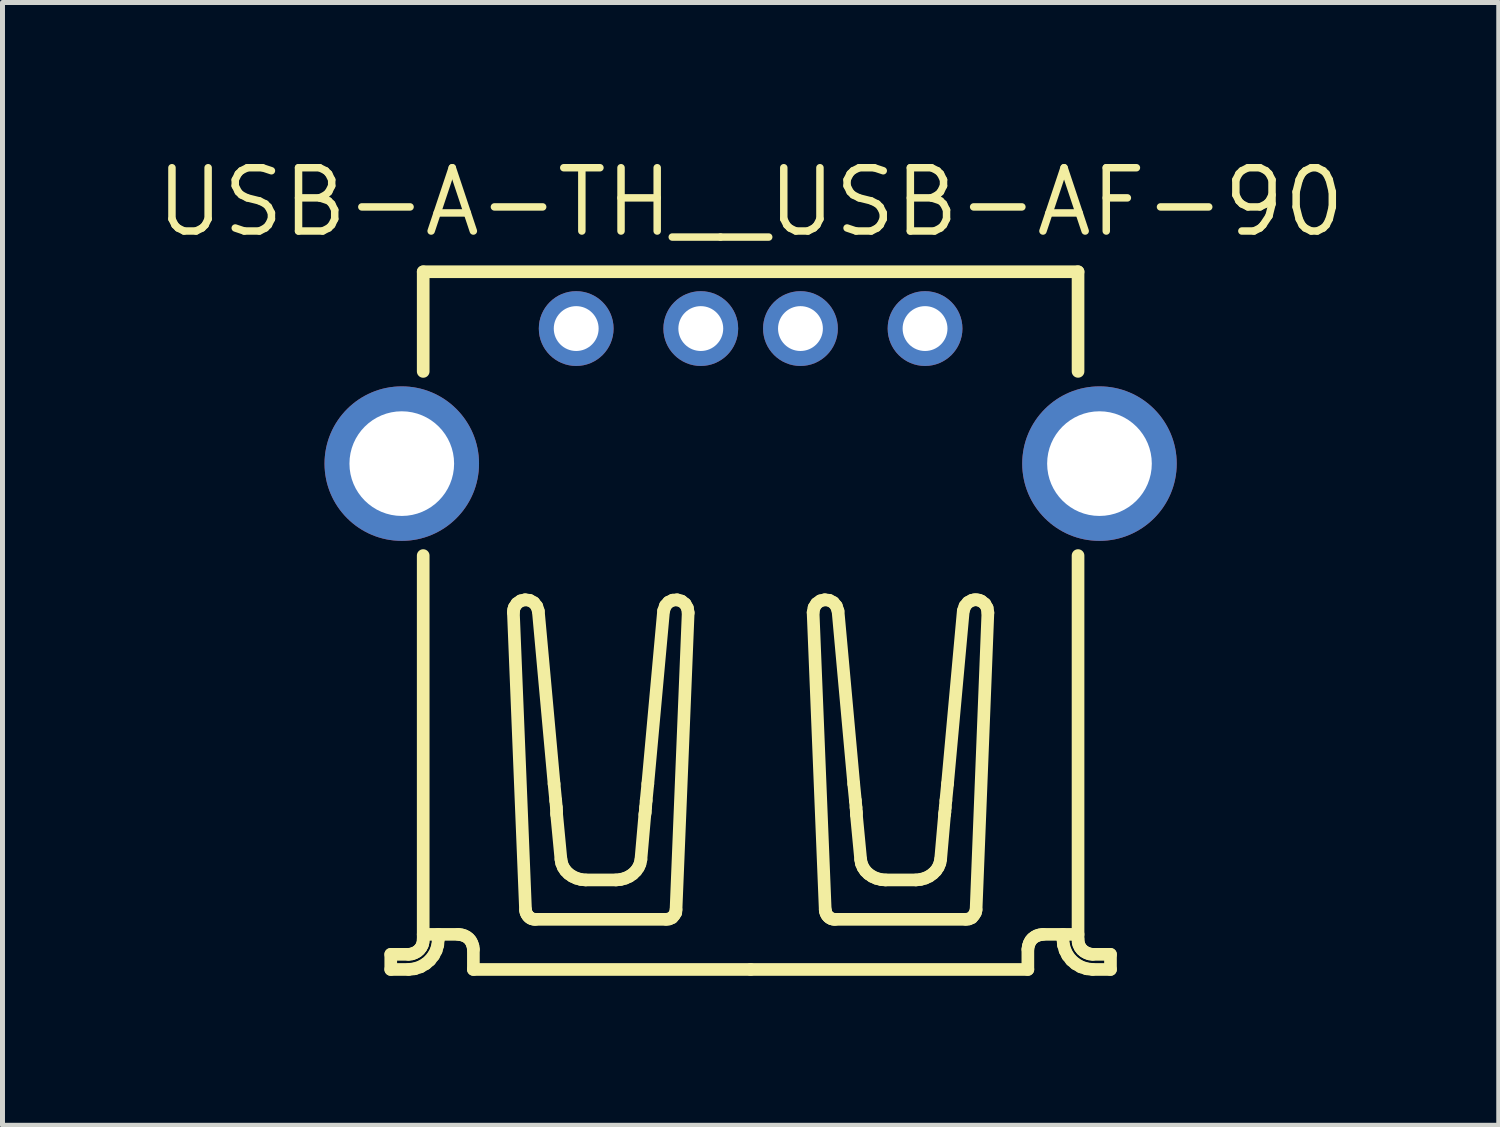
<source format=kicad_pcb>
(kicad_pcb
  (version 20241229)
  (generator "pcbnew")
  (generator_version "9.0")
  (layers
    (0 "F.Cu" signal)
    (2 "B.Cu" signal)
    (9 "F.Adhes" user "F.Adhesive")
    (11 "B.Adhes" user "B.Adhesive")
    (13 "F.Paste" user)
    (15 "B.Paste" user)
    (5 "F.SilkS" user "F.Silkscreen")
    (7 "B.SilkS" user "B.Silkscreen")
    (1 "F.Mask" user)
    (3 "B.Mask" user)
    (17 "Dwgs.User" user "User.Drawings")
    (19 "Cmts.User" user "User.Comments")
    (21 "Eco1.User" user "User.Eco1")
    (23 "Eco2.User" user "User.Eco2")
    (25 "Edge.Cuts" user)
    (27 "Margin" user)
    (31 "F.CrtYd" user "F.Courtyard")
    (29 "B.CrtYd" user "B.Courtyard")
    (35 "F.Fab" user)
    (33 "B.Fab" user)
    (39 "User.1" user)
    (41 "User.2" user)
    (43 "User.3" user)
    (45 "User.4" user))
  (footprint "USB-A-TH__USB-AF-90"
    (layer "F.Cu")
    (at 12.012 4.898)
    (property "Reference" "USB-A-TH__USB-AF-90" (at 0 -3.892 0) (layer "F.SilkS") (effects (font (size 1.27 1.27) (thickness 0.15))))
    (attr through_hole)
    (fp_line (start -7.221 11.202) (end -6.866 11.202) (stroke (width 0.254) (type solid)) (layer "F.SilkS"))
    (fp_line (start -7.221 11.505) (end -7.221 11.202) (stroke (width 0.254) (type solid)) (layer "F.SilkS"))
    (fp_line (start -6.866 11.505) (end -7.221 11.505) (stroke (width 0.254) (type solid)) (layer "F.SilkS"))
    (fp_line (start -6.799 11.193) (end -6.861 11.202) (stroke (width 0.254) (type solid)) (layer "F.SilkS"))
    (fp_line (start -6.745 11.174) (end -6.799 11.193) (stroke (width 0.254) (type solid)) (layer "F.SilkS"))
    (fp_line (start -6.741 11.491) (end -6.856 11.505) (stroke (width 0.254) (type solid)) (layer "F.SilkS"))
    (fp_line (start -6.692 11.145) (end -6.745 11.174) (stroke (width 0.254) (type solid)) (layer "F.SilkS"))
    (fp_line (start -6.65 11.109) (end -6.692 11.145) (stroke (width 0.254) (type solid)) (layer "F.SilkS"))
    (fp_line (start -6.624 11.452) (end -6.741 11.491) (stroke (width 0.254) (type solid)) (layer "F.SilkS"))
    (fp_line (start -6.613 11.062) (end -6.65 11.109) (stroke (width 0.254) (type solid)) (layer "F.SilkS"))
    (fp_line (start -6.586 11.009) (end -6.613 11.062) (stroke (width 0.254) (type solid)) (layer "F.SilkS"))
    (fp_line (start -6.573 10.954) (end -6.586 11.009) (stroke (width 0.254) (type solid)) (layer "F.SilkS"))
    (fp_line (start -6.57 -2.495) (end 6.57 -2.495) (stroke (width 0.254) (type solid)) (layer "F.SilkS"))
    (fp_line (start -6.57 -0.495) (end -6.57 -2.494) (stroke (width 0.254) (type solid)) (layer "F.SilkS"))
    (fp_line (start -6.57 10.801) (end -5.866 10.801) (stroke (width 0.254) (type solid)) (layer "F.SilkS"))
    (fp_line (start -6.57 10.9) (end -6.573 10.954) (stroke (width 0.254) (type solid)) (layer "F.SilkS"))
    (fp_line (start -6.57 10.9) (end -6.57 3.2) (stroke (width 0.254) (type solid)) (layer "F.SilkS"))
    (fp_line (start -6.52 11.391) (end -6.624 11.452) (stroke (width 0.254) (type solid)) (layer "F.SilkS"))
    (fp_line (start -6.436 11.319) (end -6.52 11.391) (stroke (width 0.254) (type solid)) (layer "F.SilkS"))
    (fp_line (start -6.362 11.225) (end -6.436 11.319) (stroke (width 0.254) (type solid)) (layer "F.SilkS"))
    (fp_line (start -6.31 11.125) (end -6.362 11.225) (stroke (width 0.254) (type solid)) (layer "F.SilkS"))
    (fp_line (start -6.278 11.016) (end -6.31 11.125) (stroke (width 0.254) (type solid)) (layer "F.SilkS"))
    (fp_line (start -6.267 10.801) (end -6.267 10.9) (stroke (width 0.254) (type solid)) (layer "F.SilkS"))
    (fp_line (start -6.267 10.9) (end -6.278 11.016) (stroke (width 0.254) (type solid)) (layer "F.SilkS"))
    (fp_line (start -5.866 10.801) (end -5.799 10.811) (stroke (width 0.254) (type solid)) (layer "F.SilkS"))
    (fp_line (start -5.799 10.811) (end -5.744 10.828) (stroke (width 0.254) (type solid)) (layer "F.SilkS"))
    (fp_line (start -5.744 10.828) (end -5.696 10.853) (stroke (width 0.254) (type solid)) (layer "F.SilkS"))
    (fp_line (start -5.696 10.853) (end -5.654 10.886) (stroke (width 0.254) (type solid)) (layer "F.SilkS"))
    (fp_line (start -5.654 10.886) (end -5.62 10.926) (stroke (width 0.254) (type solid)) (layer "F.SilkS"))
    (fp_line (start -5.62 10.926) (end -5.592 10.978) (stroke (width 0.254) (type solid)) (layer "F.SilkS"))
    (fp_line (start -5.592 10.978) (end -5.572 11.037) (stroke (width 0.254) (type solid)) (layer "F.SilkS"))
    (fp_line (start -5.572 11.037) (end -5.563 11.098) (stroke (width 0.254) (type solid)) (layer "F.SilkS"))
    (fp_line (start -5.563 11.505) (end -5.563 11.104) (stroke (width 0.254) (type solid)) (layer "F.SilkS"))
    (fp_line (start -5.563 11.505) (end 0 11.505) (stroke (width 0.254) (type solid)) (layer "F.SilkS"))
    (fp_line (start -4.76 4.347) (end -4.517 10.308) (stroke (width 0.254) (type solid)) (layer "F.SilkS"))
    (fp_line (start -4.754 4.284) (end -4.76 4.337) (stroke (width 0.254) (type solid)) (layer "F.SilkS"))
    (fp_line (start -4.74 4.237) (end -4.754 4.284) (stroke (width 0.254) (type solid)) (layer "F.SilkS"))
    (fp_line (start -4.69 4.161) (end -4.74 4.237) (stroke (width 0.254) (type solid)) (layer "F.SilkS"))
    (fp_line (start -4.614 4.108) (end -4.69 4.161) (stroke (width 0.254) (type solid)) (layer "F.SilkS"))
    (fp_line (start -4.524 4.087) (end -4.614 4.108) (stroke (width 0.254) (type solid)) (layer "F.SilkS"))
    (fp_line (start -4.517 10.308) (end -4.509 10.352) (stroke (width 0.254) (type solid)) (layer "F.SilkS"))
    (fp_line (start -4.509 10.352) (end -4.494 10.39) (stroke (width 0.254) (type solid)) (layer "F.SilkS"))
    (fp_line (start -4.494 10.39) (end -4.473 10.424) (stroke (width 0.254) (type solid)) (layer "F.SilkS"))
    (fp_line (start -4.473 10.424) (end -4.449 10.451) (stroke (width 0.254) (type solid)) (layer "F.SilkS"))
    (fp_line (start -4.449 10.451) (end -4.421 10.473) (stroke (width 0.254) (type solid)) (layer "F.SilkS"))
    (fp_line (start -4.432 4.099) (end -4.524 4.087) (stroke (width 0.254) (type solid)) (layer "F.SilkS"))
    (fp_line (start -4.421 10.473) (end -4.388 10.489) (stroke (width 0.254) (type solid)) (layer "F.SilkS"))
    (fp_line (start -4.388 10.489) (end -4.352 10.497) (stroke (width 0.254) (type solid)) (layer "F.SilkS"))
    (fp_line (start -4.352 10.497) (end -4.316 10.499) (stroke (width 0.254) (type solid)) (layer "F.SilkS"))
    (fp_line (start -4.349 4.145) (end -4.432 4.099) (stroke (width 0.254) (type solid)) (layer "F.SilkS"))
    (fp_line (start -4.313 10.499) (end -1.694 10.499) (stroke (width 0.254) (type solid)) (layer "F.SilkS"))
    (fp_line (start -4.291 4.218) (end -4.349 4.145) (stroke (width 0.254) (type solid)) (layer "F.SilkS"))
    (fp_line (start -4.26 4.314) (end -4.291 4.218) (stroke (width 0.254) (type solid)) (layer "F.SilkS"))
    (fp_line (start -3.944 7.781) (end -4.26 4.314) (stroke (width 0.254) (type solid)) (layer "F.SilkS"))
    (fp_line (start -3.944 7.781) (end -3.911 8.117) (stroke (width 0.254) (type solid)) (layer "F.SilkS"))
    (fp_line (start -3.911 8.117) (end -3.898 8.255) (stroke (width 0.254) (type solid)) (layer "F.SilkS"))
    (fp_line (start -3.892 8.347) (end -3.898 8.255) (stroke (width 0.254) (type solid)) (layer "F.SilkS"))
    (fp_line (start -3.892 8.393) (end -3.892 8.347) (stroke (width 0.254) (type solid)) (layer "F.SilkS"))
    (fp_line (start -3.806 9.295) (end -3.892 8.393) (stroke (width 0.254) (type solid)) (layer "F.SilkS"))
    (fp_line (start -3.806 9.295) (end -3.791 9.375) (stroke (width 0.254) (type solid)) (layer "F.SilkS"))
    (fp_line (start -3.791 9.375) (end -3.759 9.454) (stroke (width 0.254) (type solid)) (layer "F.SilkS"))
    (fp_line (start -3.759 9.454) (end -3.713 9.523) (stroke (width 0.254) (type solid)) (layer "F.SilkS"))
    (fp_line (start -3.713 9.523) (end -3.654 9.583) (stroke (width 0.254) (type solid)) (layer "F.SilkS"))
    (fp_line (start -3.654 9.583) (end -3.58 9.635) (stroke (width 0.254) (type solid)) (layer "F.SilkS"))
    (fp_line (start -3.58 9.635) (end -3.496 9.674) (stroke (width 0.254) (type solid)) (layer "F.SilkS"))
    (fp_line (start -3.496 9.674) (end -3.407 9.699) (stroke (width 0.254) (type solid)) (layer "F.SilkS"))
    (fp_line (start -3.407 9.699) (end -3.313 9.709) (stroke (width 0.254) (type solid)) (layer "F.SilkS"))
    (fp_line (start -2.701 9.709) (end -3.306 9.709) (stroke (width 0.254) (type solid)) (layer "F.SilkS"))
    (fp_line (start -2.701 9.709) (end -2.607 9.699) (stroke (width 0.254) (type solid)) (layer "F.SilkS"))
    (fp_line (start -2.607 9.699) (end -2.518 9.675) (stroke (width 0.254) (type solid)) (layer "F.SilkS"))
    (fp_line (start -2.518 9.675) (end -2.434 9.637) (stroke (width 0.254) (type solid)) (layer "F.SilkS"))
    (fp_line (start -2.434 9.637) (end -2.365 9.59) (stroke (width 0.254) (type solid)) (layer "F.SilkS"))
    (fp_line (start -2.365 9.59) (end -2.301 9.527) (stroke (width 0.254) (type solid)) (layer "F.SilkS"))
    (fp_line (start -2.301 9.527) (end -2.253 9.459) (stroke (width 0.254) (type solid)) (layer "F.SilkS"))
    (fp_line (start -2.253 9.459) (end -2.221 9.388) (stroke (width 0.254) (type solid)) (layer "F.SilkS"))
    (fp_line (start -2.221 9.388) (end -2.201 9.302) (stroke (width 0.254) (type solid)) (layer "F.SilkS"))
    (fp_line (start -2.122 8.393) (end -2.201 9.295) (stroke (width 0.254) (type solid)) (layer "F.SilkS"))
    (fp_line (start -2.122 8.393) (end -2.115 8.347) (stroke (width 0.254) (type solid)) (layer "F.SilkS"))
    (fp_line (start -2.115 8.347) (end -2.108 8.255) (stroke (width 0.254) (type solid)) (layer "F.SilkS"))
    (fp_line (start -2.096 8.117) (end -2.108 8.255) (stroke (width 0.254) (type solid)) (layer "F.SilkS"))
    (fp_line (start -2.063 7.781) (end -2.096 8.117) (stroke (width 0.254) (type solid)) (layer "F.SilkS"))
    (fp_line (start -2.063 7.781) (end -1.747 4.314) (stroke (width 0.254) (type solid)) (layer "F.SilkS"))
    (fp_line (start -1.709 4.205) (end -1.745 4.304) (stroke (width 0.254) (type solid)) (layer "F.SilkS"))
    (fp_line (start -1.694 10.499) (end -1.635 10.492) (stroke (width 0.254) (type solid)) (layer "F.SilkS"))
    (fp_line (start -1.648 4.136) (end -1.709 4.205) (stroke (width 0.254) (type solid)) (layer "F.SilkS"))
    (fp_line (start -1.635 10.492) (end -1.576 10.466) (stroke (width 0.254) (type solid)) (layer "F.SilkS"))
    (fp_line (start -1.576 10.466) (end -1.536 10.419) (stroke (width 0.254) (type solid)) (layer "F.SilkS"))
    (fp_line (start -1.565 4.095) (end -1.648 4.136) (stroke (width 0.254) (type solid)) (layer "F.SilkS"))
    (fp_line (start -1.536 10.419) (end -1.503 10.367) (stroke (width 0.254) (type solid)) (layer "F.SilkS"))
    (fp_line (start -1.503 10.367) (end -1.497 10.308) (stroke (width 0.254) (type solid)) (layer "F.SilkS"))
    (fp_line (start -1.497 10.308) (end -1.253 4.347) (stroke (width 0.254) (type solid)) (layer "F.SilkS"))
    (fp_line (start -1.475 4.088) (end -1.565 4.095) (stroke (width 0.254) (type solid)) (layer "F.SilkS"))
    (fp_line (start -1.387 4.113) (end -1.475 4.088) (stroke (width 0.254) (type solid)) (layer "F.SilkS"))
    (fp_line (start -1.314 4.17) (end -1.387 4.113) (stroke (width 0.254) (type solid)) (layer "F.SilkS"))
    (fp_line (start -1.269 4.251) (end -1.314 4.17) (stroke (width 0.254) (type solid)) (layer "F.SilkS"))
    (fp_line (start -1.253 4.347) (end -1.269 4.251) (stroke (width 0.254) (type solid)) (layer "F.SilkS"))
    (fp_line (start 1.274 4.241) (end 1.254 4.337) (stroke (width 0.254) (type solid)) (layer "F.SilkS"))
    (fp_line (start 1.323 4.163) (end 1.274 4.241) (stroke (width 0.254) (type solid)) (layer "F.SilkS"))
    (fp_line (start 1.399 4.108) (end 1.323 4.163) (stroke (width 0.254) (type solid)) (layer "F.SilkS"))
    (fp_line (start 1.488 4.087) (end 1.399 4.108) (stroke (width 0.254) (type solid)) (layer "F.SilkS"))
    (fp_line (start 1.497 10.308) (end 1.254 4.347) (stroke (width 0.254) (type solid)) (layer "F.SilkS"))
    (fp_line (start 1.497 10.308) (end 1.504 10.349) (stroke (width 0.254) (type solid)) (layer "F.SilkS"))
    (fp_line (start 1.504 10.349) (end 1.518 10.387) (stroke (width 0.254) (type solid)) (layer "F.SilkS"))
    (fp_line (start 1.518 10.387) (end 1.538 10.422) (stroke (width 0.254) (type solid)) (layer "F.SilkS"))
    (fp_line (start 1.538 10.422) (end 1.564 10.451) (stroke (width 0.254) (type solid)) (layer "F.SilkS"))
    (fp_line (start 1.564 10.451) (end 1.593 10.473) (stroke (width 0.254) (type solid)) (layer "F.SilkS"))
    (fp_line (start 1.579 4.098) (end 1.488 4.087) (stroke (width 0.254) (type solid)) (layer "F.SilkS"))
    (fp_line (start 1.593 10.473) (end 1.625 10.489) (stroke (width 0.254) (type solid)) (layer "F.SilkS"))
    (fp_line (start 1.625 10.489) (end 1.661 10.497) (stroke (width 0.254) (type solid)) (layer "F.SilkS"))
    (fp_line (start 1.661 4.142) (end 1.579 4.098) (stroke (width 0.254) (type solid)) (layer "F.SilkS"))
    (fp_line (start 1.661 10.497) (end 1.697 10.499) (stroke (width 0.254) (type solid)) (layer "F.SilkS"))
    (fp_line (start 1.72 4.213) (end 1.661 4.142) (stroke (width 0.254) (type solid)) (layer "F.SilkS"))
    (fp_line (start 1.754 4.314) (end 1.72 4.213) (stroke (width 0.254) (type solid)) (layer "F.SilkS"))
    (fp_line (start 2.069 7.781) (end 1.754 4.314) (stroke (width 0.254) (type solid)) (layer "F.SilkS"))
    (fp_line (start 2.069 7.781) (end 2.102 8.117) (stroke (width 0.254) (type solid)) (layer "F.SilkS"))
    (fp_line (start 2.102 8.117) (end 2.115 8.255) (stroke (width 0.254) (type solid)) (layer "F.SilkS"))
    (fp_line (start 2.122 8.347) (end 2.115 8.255) (stroke (width 0.254) (type solid)) (layer "F.SilkS"))
    (fp_line (start 2.122 8.393) (end 2.122 8.347) (stroke (width 0.254) (type solid)) (layer "F.SilkS"))
    (fp_line (start 2.122 8.393) (end 2.208 9.295) (stroke (width 0.254) (type solid)) (layer "F.SilkS"))
    (fp_line (start 2.224 9.382) (end 2.208 9.302) (stroke (width 0.254) (type solid)) (layer "F.SilkS"))
    (fp_line (start 2.258 9.46) (end 2.224 9.382) (stroke (width 0.254) (type solid)) (layer "F.SilkS"))
    (fp_line (start 2.305 9.529) (end 2.258 9.46) (stroke (width 0.254) (type solid)) (layer "F.SilkS"))
    (fp_line (start 2.365 9.588) (end 2.305 9.529) (stroke (width 0.254) (type solid)) (layer "F.SilkS"))
    (fp_line (start 2.44 9.639) (end 2.365 9.588) (stroke (width 0.254) (type solid)) (layer "F.SilkS"))
    (fp_line (start 2.524 9.677) (end 2.44 9.639) (stroke (width 0.254) (type solid)) (layer "F.SilkS"))
    (fp_line (start 2.621 9.702) (end 2.524 9.677) (stroke (width 0.254) (type solid)) (layer "F.SilkS"))
    (fp_line (start 2.707 9.709) (end 2.621 9.702) (stroke (width 0.254) (type solid)) (layer "F.SilkS"))
    (fp_line (start 2.708 9.709) (end 3.313 9.709) (stroke (width 0.254) (type solid)) (layer "F.SilkS"))
    (fp_line (start 3.413 9.698) (end 3.32 9.709) (stroke (width 0.254) (type solid)) (layer "F.SilkS"))
    (fp_line (start 3.503 9.673) (end 3.413 9.698) (stroke (width 0.254) (type solid)) (layer "F.SilkS"))
    (fp_line (start 3.586 9.634) (end 3.503 9.673) (stroke (width 0.254) (type solid)) (layer "F.SilkS"))
    (fp_line (start 3.659 9.581) (end 3.586 9.634) (stroke (width 0.254) (type solid)) (layer "F.SilkS"))
    (fp_line (start 3.718 9.522) (end 3.659 9.581) (stroke (width 0.254) (type solid)) (layer "F.SilkS"))
    (fp_line (start 3.764 9.453) (end 3.718 9.522) (stroke (width 0.254) (type solid)) (layer "F.SilkS"))
    (fp_line (start 3.797 9.374) (end 3.764 9.453) (stroke (width 0.254) (type solid)) (layer "F.SilkS"))
    (fp_line (start 3.813 9.295) (end 3.797 9.374) (stroke (width 0.254) (type solid)) (layer "F.SilkS"))
    (fp_line (start 3.892 8.393) (end 3.813 9.295) (stroke (width 0.254) (type solid)) (layer "F.SilkS"))
    (fp_line (start 3.892 8.393) (end 3.898 8.347) (stroke (width 0.254) (type solid)) (layer "F.SilkS"))
    (fp_line (start 3.898 8.347) (end 3.905 8.255) (stroke (width 0.254) (type solid)) (layer "F.SilkS"))
    (fp_line (start 3.918 8.117) (end 3.905 8.255) (stroke (width 0.254) (type solid)) (layer "F.SilkS"))
    (fp_line (start 3.951 7.781) (end 3.918 8.117) (stroke (width 0.254) (type solid)) (layer "F.SilkS"))
    (fp_line (start 3.951 7.781) (end 4.267 4.314) (stroke (width 0.254) (type solid)) (layer "F.SilkS"))
    (fp_line (start 4.302 4.212) (end 4.269 4.304) (stroke (width 0.254) (type solid)) (layer "F.SilkS"))
    (fp_line (start 4.319 10.499) (end 1.701 10.499) (stroke (width 0.254) (type solid)) (layer "F.SilkS"))
    (fp_line (start 4.319 10.499) (end 4.379 10.492) (stroke (width 0.254) (type solid)) (layer "F.SilkS"))
    (fp_line (start 4.361 4.141) (end 4.302 4.212) (stroke (width 0.254) (type solid)) (layer "F.SilkS"))
    (fp_line (start 4.379 10.492) (end 4.438 10.466) (stroke (width 0.254) (type solid)) (layer "F.SilkS"))
    (fp_line (start 4.437 4.099) (end 4.361 4.141) (stroke (width 0.254) (type solid)) (layer "F.SilkS"))
    (fp_line (start 4.438 10.466) (end 4.477 10.419) (stroke (width 0.254) (type solid)) (layer "F.SilkS"))
    (fp_line (start 4.477 10.419) (end 4.51 10.367) (stroke (width 0.254) (type solid)) (layer "F.SilkS"))
    (fp_line (start 4.485 4.088) (end 4.437 4.099) (stroke (width 0.254) (type solid)) (layer "F.SilkS"))
    (fp_line (start 4.51 10.367) (end 4.524 10.308) (stroke (width 0.254) (type solid)) (layer "F.SilkS"))
    (fp_line (start 4.534 4.087) (end 4.485 4.088) (stroke (width 0.254) (type solid)) (layer "F.SilkS"))
    (fp_line (start 4.583 4.095) (end 4.534 4.087) (stroke (width 0.254) (type solid)) (layer "F.SilkS"))
    (fp_line (start 4.629 4.113) (end 4.583 4.095) (stroke (width 0.254) (type solid)) (layer "F.SilkS"))
    (fp_line (start 4.701 4.17) (end 4.629 4.113) (stroke (width 0.254) (type solid)) (layer "F.SilkS"))
    (fp_line (start 4.746 4.25) (end 4.701 4.17) (stroke (width 0.254) (type solid)) (layer "F.SilkS"))
    (fp_line (start 4.761 4.347) (end 4.524 10.308) (stroke (width 0.254) (type solid)) (layer "F.SilkS"))
    (fp_line (start 4.761 4.347) (end 4.746 4.25) (stroke (width 0.254) (type solid)) (layer "F.SilkS"))
    (fp_line (start 5.563 11.505) (end 0 11.505) (stroke (width 0.254) (type solid)) (layer "F.SilkS"))
    (fp_line (start 5.563 11.505) (end 5.563 11.104) (stroke (width 0.254) (type solid)) (layer "F.SilkS"))
    (fp_line (start 5.574 11.032) (end 5.563 11.098) (stroke (width 0.254) (type solid)) (layer "F.SilkS"))
    (fp_line (start 5.592 10.978) (end 5.574 11.032) (stroke (width 0.254) (type solid)) (layer "F.SilkS"))
    (fp_line (start 5.62 10.926) (end 5.592 10.978) (stroke (width 0.254) (type solid)) (layer "F.SilkS"))
    (fp_line (start 5.654 10.886) (end 5.62 10.926) (stroke (width 0.254) (type solid)) (layer "F.SilkS"))
    (fp_line (start 5.7 10.851) (end 5.654 10.886) (stroke (width 0.254) (type solid)) (layer "F.SilkS"))
    (fp_line (start 5.744 10.828) (end 5.7 10.851) (stroke (width 0.254) (type solid)) (layer "F.SilkS"))
    (fp_line (start 5.799 10.811) (end 5.744 10.828) (stroke (width 0.254) (type solid)) (layer "F.SilkS"))
    (fp_line (start 5.866 10.801) (end 5.799 10.811) (stroke (width 0.254) (type solid)) (layer "F.SilkS"))
    (fp_line (start 6.267 10.801) (end 6.267 10.9) (stroke (width 0.254) (type solid)) (layer "F.SilkS"))
    (fp_line (start 6.267 10.9) (end 6.278 11.016) (stroke (width 0.254) (type solid)) (layer "F.SilkS"))
    (fp_line (start 6.278 11.016) (end 6.311 11.125) (stroke (width 0.254) (type solid)) (layer "F.SilkS"))
    (fp_line (start 6.311 11.125) (end 6.362 11.225) (stroke (width 0.254) (type solid)) (layer "F.SilkS"))
    (fp_line (start 6.362 11.225) (end 6.436 11.319) (stroke (width 0.254) (type solid)) (layer "F.SilkS"))
    (fp_line (start 6.436 11.319) (end 6.52 11.391) (stroke (width 0.254) (type solid)) (layer "F.SilkS"))
    (fp_line (start 6.52 11.391) (end 6.624 11.452) (stroke (width 0.254) (type solid)) (layer "F.SilkS"))
    (fp_line (start 6.57 -0.496) (end 6.57 -2.495) (stroke (width 0.254) (type solid)) (layer "F.SilkS"))
    (fp_line (start 6.57 10.801) (end 5.866 10.801) (stroke (width 0.254) (type solid)) (layer "F.SilkS"))
    (fp_line (start 6.57 10.9) (end 6.57 3.2) (stroke (width 0.254) (type solid)) (layer "F.SilkS"))
    (fp_line (start 6.57 10.9) (end 6.573 10.959) (stroke (width 0.254) (type solid)) (layer "F.SilkS"))
    (fp_line (start 6.573 10.959) (end 6.587 11.009) (stroke (width 0.254) (type solid)) (layer "F.SilkS"))
    (fp_line (start 6.587 11.009) (end 6.613 11.062) (stroke (width 0.254) (type solid)) (layer "F.SilkS"))
    (fp_line (start 6.613 11.062) (end 6.65 11.109) (stroke (width 0.254) (type solid)) (layer "F.SilkS"))
    (fp_line (start 6.624 11.452) (end 6.741 11.491) (stroke (width 0.254) (type solid)) (layer "F.SilkS"))
    (fp_line (start 6.65 11.109) (end 6.693 11.145) (stroke (width 0.254) (type solid)) (layer "F.SilkS"))
    (fp_line (start 6.693 11.145) (end 6.745 11.174) (stroke (width 0.254) (type solid)) (layer "F.SilkS"))
    (fp_line (start 6.741 11.491) (end 6.856 11.505) (stroke (width 0.254) (type solid)) (layer "F.SilkS"))
    (fp_line (start 6.745 11.174) (end 6.799 11.193) (stroke (width 0.254) (type solid)) (layer "F.SilkS"))
    (fp_line (start 6.799 11.193) (end 6.861 11.202) (stroke (width 0.254) (type solid)) (layer "F.SilkS"))
    (fp_line (start 6.866 11.505) (end 7.221 11.505) (stroke (width 0.254) (type solid)) (layer "F.SilkS"))
    (fp_line (start 7.221 11.202) (end 6.866 11.202) (stroke (width 0.254) (type solid)) (layer "F.SilkS"))
    (fp_line (start 7.221 11.505) (end 7.221 11.202) (stroke (width 0.254) (type solid)) (layer "F.SilkS"))
    (fp_text user "" (at 0 0 0) (layer "Cmts.User") (effects (font (size 1 1) (thickness 0.15))))
    (pad "1" thru_hole circle (at -3.5 -1.355) (size 1.5 1.5) (drill 0.9) (layers "*.Cu" "*.Paste" "*.Mask"))
    (pad "2" thru_hole circle (at -1 -1.355 180) (size 1.5 1.5) (drill 0.9) (layers "*.Cu" "*.Paste" "*.Mask"))
    (pad "3" thru_hole circle (at 1 -1.355) (size 1.5 1.5) (drill 0.9) (layers "*.Cu" "*.Paste" "*.Mask"))
    (pad "4" thru_hole circle (at 3.5 -1.355) (size 1.5 1.5) (drill 0.9) (layers "*.Cu" "*.Paste" "*.Mask"))
    (pad "5" thru_hole circle (at -7 1.355) (size 3.1 3.1) (drill 2.1) (layers "*.Cu" "*.Paste" "*.Mask"))
    (pad "5" thru_hole circle (at 7 1.355) (size 3.1 3.1) (drill 2.1) (layers "*.Cu" "*.Paste" "*.Mask")))
  (gr_rect
    (start -3 -3)
    (end 27.024 19.53)
    (stroke (width 0.1) (type default))
    (fill no)
    (layer "Edge.Cuts")))
</source>
